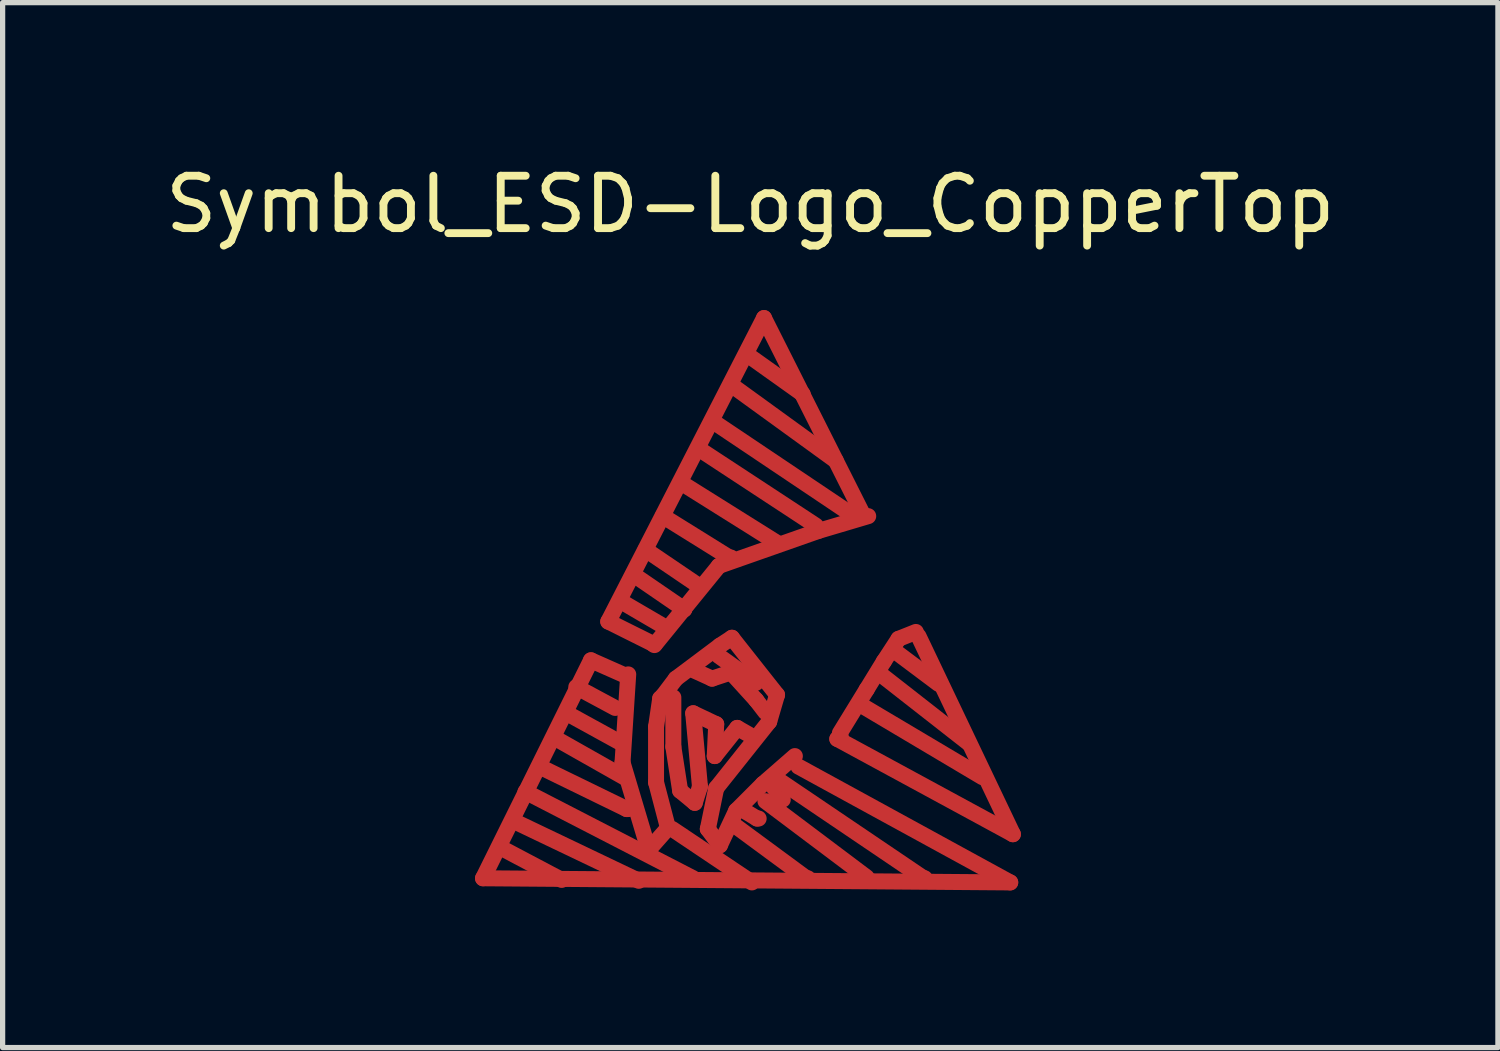
<source format=kicad_pcb>
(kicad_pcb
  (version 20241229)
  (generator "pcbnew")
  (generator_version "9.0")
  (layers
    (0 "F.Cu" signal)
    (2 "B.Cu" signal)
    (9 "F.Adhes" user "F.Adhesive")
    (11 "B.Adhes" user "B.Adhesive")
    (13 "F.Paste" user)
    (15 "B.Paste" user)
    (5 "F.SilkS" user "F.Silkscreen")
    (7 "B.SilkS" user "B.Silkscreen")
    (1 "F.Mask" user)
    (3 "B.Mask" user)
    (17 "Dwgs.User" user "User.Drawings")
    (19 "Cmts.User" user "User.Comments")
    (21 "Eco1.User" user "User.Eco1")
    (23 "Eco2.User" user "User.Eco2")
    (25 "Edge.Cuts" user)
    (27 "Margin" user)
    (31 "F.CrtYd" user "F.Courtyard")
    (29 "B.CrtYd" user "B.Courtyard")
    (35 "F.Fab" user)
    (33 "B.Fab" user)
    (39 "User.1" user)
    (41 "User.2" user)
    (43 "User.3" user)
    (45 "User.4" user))
  (footprint "Symbol_ESD-Logo_CopperTop"
    (layer "F.Cu")
    (at 11.319 10.399)
    (property "Reference" "Symbol_ESD-Logo_CopperTop" (at -0.051 -9.55 0) (layer "F.SilkS") (effects (font (size 1 1) (thickness 0.15))))
    (attr exclude_from_pos_files exclude_from_bom allow_missing_courtyard)
    (fp_line (start -5.151 3.312) (end 4.91 3.391) (stroke (width 0.305) (type solid)) (layer "F.Cu"))
    (fp_line (start -4.77 2.751) (end -3.65 3.343) (stroke (width 0.305) (type solid)) (layer "F.Cu"))
    (fp_line (start -4.559 2.223) (end -2.179 3.36) (stroke (width 0.305) (type solid)) (layer "F.Cu"))
    (fp_line (start -4.341 1.661) (end -1.14 3.312) (stroke (width 0.305) (type solid)) (layer "F.Cu"))
    (fp_line (start -4.031 1.201) (end -2.41 1.991) (stroke (width 0.305) (type solid)) (layer "F.Cu"))
    (fp_line (start -3.749 0.653) (end -2.461 1.382) (stroke (width 0.305) (type solid)) (layer "F.Cu"))
    (fp_line (start -3.551 0.163) (end -2.479 0.752) (stroke (width 0.305) (type solid)) (layer "F.Cu"))
    (fp_line (start -3.371 -0.338) (end -2.629 0.061) (stroke (width 0.305) (type solid)) (layer "F.Cu"))
    (fp_line (start -3.091 -0.848) (end -5.151 3.312) (stroke (width 0.305) (type solid)) (layer "F.Cu"))
    (fp_line (start -2.761 -1.587) (end -1.9 -1.158) (stroke (width 0.305) (type solid)) (layer "F.Cu"))
    (fp_line (start -2.51 -1.968) (end -1.689 -1.488) (stroke (width 0.305) (type solid)) (layer "F.Cu"))
    (fp_line (start -2.489 1.102) (end -1.991 2.771) (stroke (width 0.305) (type solid)) (layer "F.Cu"))
    (fp_line (start -2.461 -0.569) (end -3.091 -0.848) (stroke (width 0.305) (type solid)) (layer "F.Cu"))
    (fp_line (start -2.41 1.991) (end -2.38 1.991) (stroke (width 0.305) (type solid)) (layer "F.Cu"))
    (fp_line (start -2.38 -0.579) (end -2.489 1.102) (stroke (width 0.305) (type solid)) (layer "F.Cu"))
    (fp_line (start -2.23 -2.449) (end -1.311 -1.819) (stroke (width 0.305) (type solid)) (layer "F.Cu"))
    (fp_line (start -2.05 -2.959) (end -1.031 -2.268) (stroke (width 0.305) (type solid)) (layer "F.Cu"))
    (fp_line (start -1.991 2.771) (end -1.621 2.352) (stroke (width 0.305) (type solid)) (layer "F.Cu"))
    (fp_line (start -1.9 -1.158) (end -1.869 -1.158) (stroke (width 0.305) (type solid)) (layer "F.Cu"))
    (fp_line (start -1.849 0.422) (end -1.77 -0.119) (stroke (width 0.305) (type solid)) (layer "F.Cu"))
    (fp_line (start -1.849 1.481) (end -1.849 0.422) (stroke (width 0.305) (type solid)) (layer "F.Cu"))
    (fp_line (start -1.77 -0.119) (end -1.72 -0.168) (stroke (width 0.305) (type solid)) (layer "F.Cu"))
    (fp_line (start -1.72 -3.599) (end -0.45 -2.809) (stroke (width 0.305) (type solid)) (layer "F.Cu"))
    (fp_line (start -1.72 -0.168) (end -1.471 -0.498) (stroke (width 0.305) (type solid)) (layer "F.Cu"))
    (fp_line (start -1.621 2.352) (end -1.849 1.481) (stroke (width 0.305) (type solid)) (layer "F.Cu"))
    (fp_line (start -1.539 2.372) (end -0.02 3.391) (stroke (width 0.305) (type solid)) (layer "F.Cu"))
    (fp_line (start -1.519 -0.14) (end -1.519 0.803) (stroke (width 0.305) (type solid)) (layer "F.Cu"))
    (fp_line (start -1.519 0.803) (end -1.389 1.641) (stroke (width 0.305) (type solid)) (layer "F.Cu"))
    (fp_line (start -1.471 -0.498) (end -0.63 -1.128) (stroke (width 0.305) (type solid)) (layer "F.Cu"))
    (fp_line (start -1.389 1.641) (end -1.11 1.872) (stroke (width 0.305) (type solid)) (layer "F.Cu"))
    (fp_line (start -1.359 -4.229) (end 0.46 -3.089) (stroke (width 0.305) (type solid)) (layer "F.Cu"))
    (fp_line (start -1.311 -1.819) (end -1.311 -1.839) (stroke (width 0.305) (type solid)) (layer "F.Cu"))
    (fp_line (start -1.14 0.163) (end -0.701 0.371) (stroke (width 0.305) (type solid)) (layer "F.Cu"))
    (fp_line (start -1.11 -0.648) (end -0.78 -0.498) (stroke (width 0.305) (type solid)) (layer "F.Cu"))
    (fp_line (start -1.11 1.872) (end -1.011 1.562) (stroke (width 0.305) (type solid)) (layer "F.Cu"))
    (fp_line (start -1.011 -4.869) (end 1.199 -3.419) (stroke (width 0.305) (type solid)) (layer "F.Cu"))
    (fp_line (start -1.011 1.562) (end -1.14 0.163) (stroke (width 0.305) (type solid)) (layer "F.Cu"))
    (fp_line (start -0.861 2.372) (end -0.63 2.682) (stroke (width 0.305) (type solid)) (layer "F.Cu"))
    (fp_line (start -0.78 -0.498) (end -0.419 -0.617) (stroke (width 0.305) (type solid)) (layer "F.Cu"))
    (fp_line (start -0.749 -5.397) (end 1.859 -3.647) (stroke (width 0.305) (type solid)) (layer "F.Cu"))
    (fp_line (start -0.729 0.98) (end -0.3 0.442) (stroke (width 0.305) (type solid)) (layer "F.Cu"))
    (fp_line (start -0.701 0.371) (end -0.729 0.98) (stroke (width 0.305) (type solid)) (layer "F.Cu"))
    (fp_line (start -0.701 1.593) (end -0.861 2.372) (stroke (width 0.305) (type solid)) (layer "F.Cu"))
    (fp_line (start -0.65 -2.649) (end -1.88 -1.138) (stroke (width 0.305) (type solid)) (layer "F.Cu"))
    (fp_line (start -0.65 -0.93) (end 0.061 -0.419) (stroke (width 0.305) (type solid)) (layer "F.Cu"))
    (fp_line (start -0.63 -1.128) (end -0.401 -1.278) (stroke (width 0.305) (type solid)) (layer "F.Cu"))
    (fp_line (start -0.63 2.682) (end -0.32 2.022) (stroke (width 0.305) (type solid)) (layer "F.Cu"))
    (fp_line (start -0.45 -2.809) (end -0.419 -2.809) (stroke (width 0.305) (type solid)) (layer "F.Cu"))
    (fp_line (start -0.419 -0.617) (end 0.061 -0.089) (stroke (width 0.305) (type solid)) (layer "F.Cu"))
    (fp_line (start -0.401 -1.278) (end 0.46 -0.188) (stroke (width 0.305) (type solid)) (layer "F.Cu"))
    (fp_line (start -0.351 -6.058) (end 1.58 -4.658) (stroke (width 0.305) (type solid)) (layer "F.Cu"))
    (fp_line (start -0.351 2.301) (end 1.021 3.312) (stroke (width 0.305) (type solid)) (layer "F.Cu"))
    (fp_line (start -0.32 2.022) (end 0.191 1.511) (stroke (width 0.305) (type solid)) (layer "F.Cu"))
    (fp_line (start -0.3 0.442) (end -0.071 0.572) (stroke (width 0.305) (type solid)) (layer "F.Cu"))
    (fp_line (start -0.221 1.991) (end 0.079 2.172) (stroke (width 0.305) (type solid)) (layer "F.Cu"))
    (fp_line (start -0.089 -6.668) (end 0.95 -5.928) (stroke (width 0.305) (type solid)) (layer "F.Cu"))
    (fp_line (start 0.061 -0.089) (end 0.239 0.142) (stroke (width 0.305) (type solid)) (layer "F.Cu"))
    (fp_line (start 0.079 2.172) (end 0.109 2.172) (stroke (width 0.305) (type solid)) (layer "F.Cu"))
    (fp_line (start 0.191 1.511) (end 0.8 0.98) (stroke (width 0.305) (type solid)) (layer "F.Cu"))
    (fp_line (start 0.211 -7.379) (end -2.761 -1.587) (stroke (width 0.305) (type solid)) (layer "F.Cu"))
    (fp_line (start 0.239 1.841) (end 2.169 3.292) (stroke (width 0.305) (type solid)) (layer "F.Cu"))
    (fp_line (start 0.31 0.323) (end -0.701 1.593) (stroke (width 0.305) (type solid)) (layer "F.Cu"))
    (fp_line (start 0.31 1.46) (end 0.569 1.811) (stroke (width 0.305) (type solid)) (layer "F.Cu"))
    (fp_line (start 0.46 -0.188) (end 0.31 0.323) (stroke (width 0.305) (type solid)) (layer "F.Cu"))
    (fp_line (start 0.521 1.46) (end 3.259 3.312) (stroke (width 0.305) (type solid)) (layer "F.Cu"))
    (fp_line (start 1.021 3.312) (end 1.049 3.312) (stroke (width 0.305) (type solid)) (layer "F.Cu"))
    (fp_line (start 1.25 -3.317) (end -0.65 -2.649) (stroke (width 0.305) (type solid)) (layer "F.Cu"))
    (fp_line (start 1.61 0.653) (end 1.679 0.622) (stroke (width 0.305) (type solid)) (layer "F.Cu"))
    (fp_line (start 1.659 0.541) (end 2.169 -0.29) (stroke (width 0.305) (type solid)) (layer "F.Cu"))
    (fp_line (start 2.09 -3.647) (end 0.211 -7.379) (stroke (width 0.305) (type solid)) (layer "F.Cu"))
    (fp_line (start 2.121 0.041) (end 4.379 1.382) (stroke (width 0.305) (type solid)) (layer "F.Cu"))
    (fp_line (start 2.169 -0.29) (end 2.499 -0.828) (stroke (width 0.305) (type solid)) (layer "F.Cu"))
    (fp_line (start 2.2 -3.599) (end 1.25 -3.317) (stroke (width 0.305) (type solid)) (layer "F.Cu"))
    (fp_line (start 2.451 -0.569) (end 4.1 0.721) (stroke (width 0.305) (type solid)) (layer "F.Cu"))
    (fp_line (start 2.499 -0.828) (end 2.779 -1.257) (stroke (width 0.305) (type solid)) (layer "F.Cu"))
    (fp_line (start 2.7 -1.029) (end 3.541 -0.399) (stroke (width 0.305) (type solid)) (layer "F.Cu"))
    (fp_line (start 2.779 -1.257) (end 3.109 -1.389) (stroke (width 0.305) (type solid)) (layer "F.Cu"))
    (fp_line (start 3.16 -1.308) (end 4.961 2.471) (stroke (width 0.305) (type solid)) (layer "F.Cu"))
    (fp_line (start 3.259 3.312) (end 3.279 3.312) (stroke (width 0.305) (type solid)) (layer "F.Cu"))
    (fp_line (start 4.91 3.391) (end 0.869 1.181) (stroke (width 0.305) (type solid)) (layer "F.Cu"))
    (fp_line (start 4.961 2.471) (end 1.61 0.653) (stroke (width 0.305) (type solid)) (layer "F.Cu")))
  (gr_rect
    (start -3 -3)
    (end 25.536 16.942)
    (stroke (width 0.1) (type default))
    (fill no)
    (layer "Edge.Cuts")))
</source>
